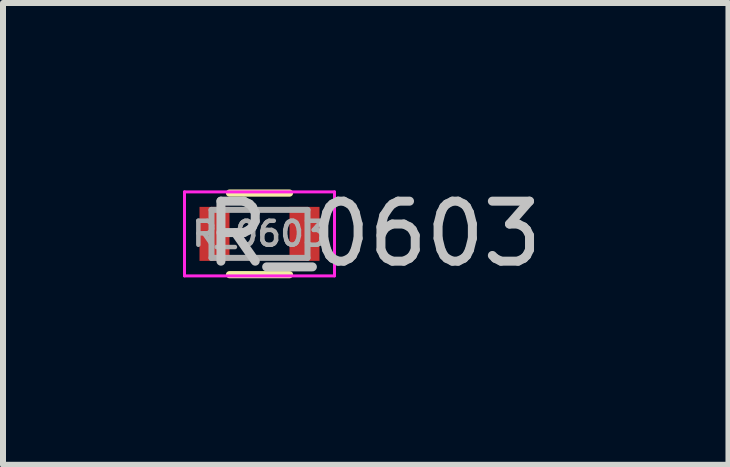
<source format=kicad_pcb>
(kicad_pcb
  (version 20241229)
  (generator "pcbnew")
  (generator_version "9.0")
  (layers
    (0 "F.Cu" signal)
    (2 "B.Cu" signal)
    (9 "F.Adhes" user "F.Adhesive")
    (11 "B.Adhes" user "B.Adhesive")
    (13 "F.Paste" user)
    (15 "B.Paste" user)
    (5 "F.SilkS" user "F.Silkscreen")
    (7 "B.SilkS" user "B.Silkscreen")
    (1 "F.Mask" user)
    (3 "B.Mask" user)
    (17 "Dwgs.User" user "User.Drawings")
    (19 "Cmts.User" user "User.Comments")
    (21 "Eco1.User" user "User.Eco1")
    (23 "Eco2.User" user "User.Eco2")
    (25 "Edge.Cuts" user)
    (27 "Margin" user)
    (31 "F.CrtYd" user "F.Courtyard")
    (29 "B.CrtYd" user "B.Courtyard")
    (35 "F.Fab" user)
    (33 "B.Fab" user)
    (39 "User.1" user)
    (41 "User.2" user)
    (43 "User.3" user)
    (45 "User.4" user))
  (footprint "R_0603"
    (layer "F.Cu")
    (at 1.275 0.848)
    (property "Reference" "R_0603" (at 1.905 0 180) (layer "Dwgs.User") (effects (font (size 1 1) (thickness 0.15))))
    (attr smd)
    (fp_line (start -0.5 -0.68) (end 0.5 -0.68) (stroke (width 0.12) (type solid)) (layer "F.SilkS"))
    (fp_line (start 0.5 0.68) (end -0.5 0.68) (stroke (width 0.12) (type solid)) (layer "F.SilkS"))
    (fp_line (start -1.25 -0.7) (end -1.25 0.7) (stroke (width 0.05) (type solid)) (layer "F.CrtYd"))
    (fp_line (start -1.25 -0.7) (end 1.25 -0.7) (stroke (width 0.05) (type solid)) (layer "F.CrtYd"))
    (fp_line (start 1.25 0.7) (end -1.25 0.7) (stroke (width 0.05) (type solid)) (layer "F.CrtYd"))
    (fp_line (start 1.25 0.7) (end 1.25 -0.7) (stroke (width 0.05) (type solid)) (layer "F.CrtYd"))
    (fp_line (start -0.8 -0.4) (end 0.8 -0.4) (stroke (width 0.1) (type solid)) (layer "F.Fab"))
    (fp_line (start -0.8 0.4) (end -0.8 -0.4) (stroke (width 0.1) (type solid)) (layer "F.Fab"))
    (fp_line (start 0.8 -0.4) (end 0.8 0.4) (stroke (width 0.1) (type solid)) (layer "F.Fab"))
    (fp_line (start 0.8 0.4) (end -0.8 0.4) (stroke (width 0.1) (type solid)) (layer "F.Fab"))
    (fp_text user "${REFERENCE}" (at 0 0 180) (layer "F.Fab") (effects (font (size 0.4 0.4) (thickness 0.075))))
    (pad "1" smd rect (at -0.75 0) (size 0.5 0.9) (layers "F.Cu" "F.Mask" "F.Paste"))
    (pad "2" smd rect (at 0.75 0) (size 0.5 0.9) (layers "F.Cu" "F.Mask" "F.Paste")))
  (gr_rect
    (start -3 -3)
    (end 9.091 4.697)
    (stroke (width 0.1) (type default))
    (fill no)
    (layer "Edge.Cuts")))
</source>
